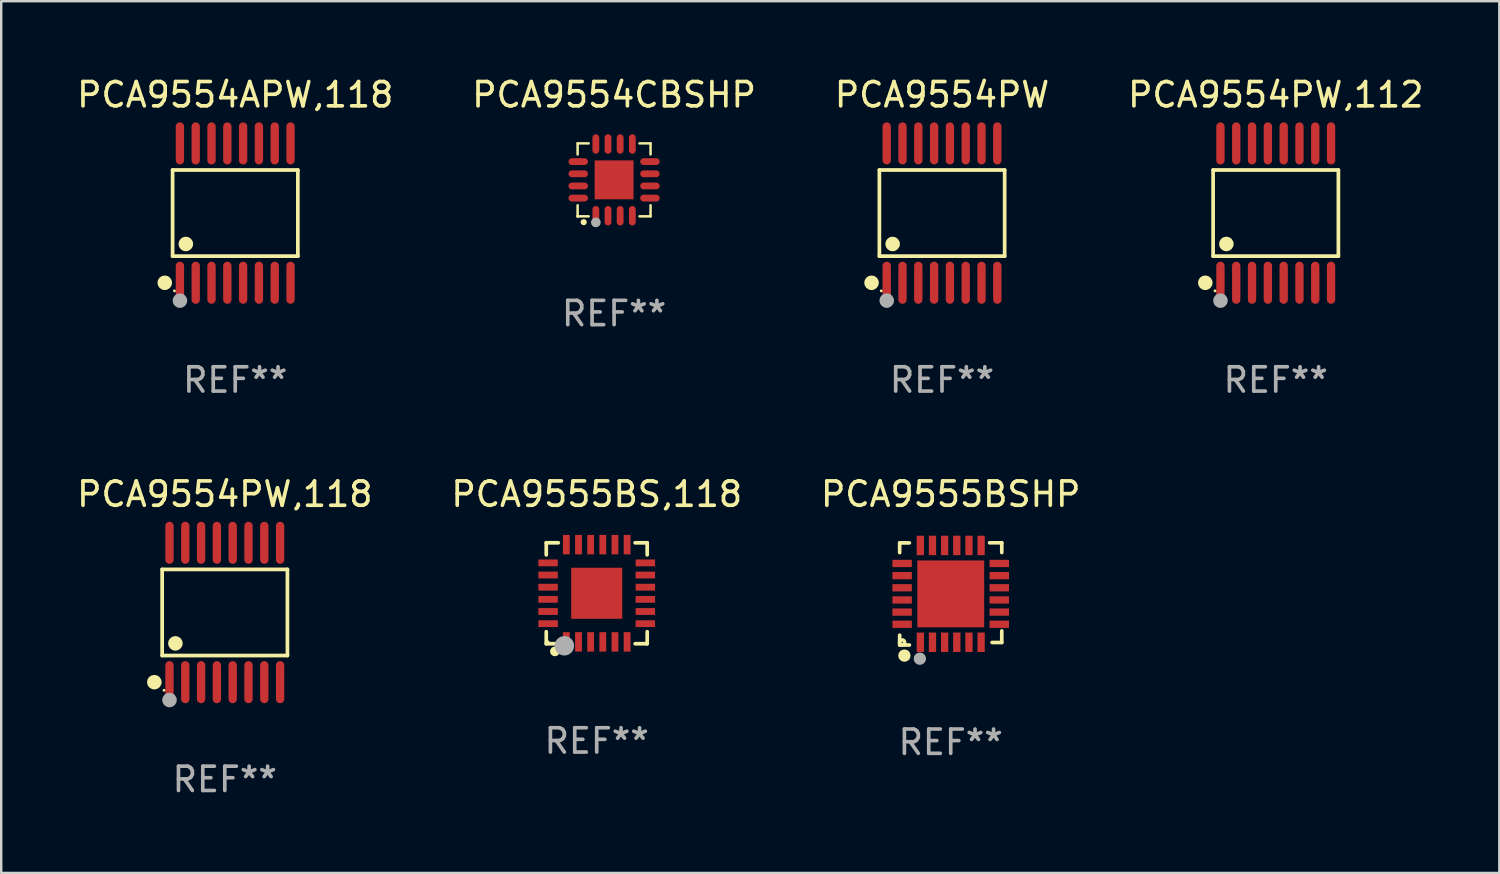
<source format=kicad_pcb>
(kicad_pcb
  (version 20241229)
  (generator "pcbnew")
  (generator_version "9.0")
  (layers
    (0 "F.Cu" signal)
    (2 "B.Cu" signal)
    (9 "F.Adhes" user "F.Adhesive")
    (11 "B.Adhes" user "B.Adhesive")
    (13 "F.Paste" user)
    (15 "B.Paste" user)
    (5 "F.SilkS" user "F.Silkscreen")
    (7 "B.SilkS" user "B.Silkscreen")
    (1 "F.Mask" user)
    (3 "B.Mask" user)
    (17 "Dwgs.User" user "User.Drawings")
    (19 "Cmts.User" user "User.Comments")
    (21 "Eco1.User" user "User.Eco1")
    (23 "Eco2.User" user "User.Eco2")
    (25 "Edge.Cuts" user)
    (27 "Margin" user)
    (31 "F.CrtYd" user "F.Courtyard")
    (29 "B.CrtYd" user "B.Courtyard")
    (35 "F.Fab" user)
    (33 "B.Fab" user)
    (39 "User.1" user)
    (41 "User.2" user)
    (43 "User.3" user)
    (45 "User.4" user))
  (footprint "PCA9555BSHP"
    (layer "F.Cu")
    (at 36.054 21.378)
    (property "Reference" "PCA9555BSHP" (at 0 -4.102 0) (layer "F.SilkS") (effects (font (size 1 1) (thickness 0.15))))
    (attr through_hole)
    (fp_line (start -2.1 -2.098) (end -1.7 -2.098) (stroke (width 0.15) (type solid)) (layer "F.SilkS"))
    (fp_line (start -2.1 -1.698) (end -2.1 -2.098) (stroke (width 0.15) (type solid)) (layer "F.SilkS"))
    (fp_line (start -2.1 2.102) (end -2.1 1.698) (stroke (width 0.15) (type solid)) (layer "F.SilkS"))
    (fp_line (start -1.7 2.102) (end -2.1 2.102) (stroke (width 0.15) (type solid)) (layer "F.SilkS"))
    (fp_line (start 1.6 -2.102) (end 2.1 -2.102) (stroke (width 0.15) (type solid)) (layer "F.SilkS"))
    (fp_line (start 1.7 1.998) (end 2.1 1.998) (stroke (width 0.15) (type solid)) (layer "F.SilkS"))
    (fp_line (start 2.1 -2.102) (end 2.1 -1.702) (stroke (width 0.15) (type solid)) (layer "F.SilkS"))
    (fp_line (start 2.1 1.998) (end 2.1 1.522) (stroke (width 0.15) (type solid)) (layer "F.SilkS"))
    (fp_circle (center -2 1.998) (end -1.97 1.998) (stroke (width 0.15) (type solid)) (fill no) (layer "F.SilkS"))
    (fp_circle (center -1.905 2.538) (end -1.778 2.538) (stroke (width 0.254) (type solid)) (fill no) (layer "F.SilkS"))
    (fp_circle (center -1.27 2.665) (end -1.143 2.665) (stroke (width 0.254) (type solid)) (fill no) (layer "F.Fab"))
    (fp_text user "REF**" (at 0 6.102 0) (layer "F.Fab") (effects (font (size 1 1) (thickness 0.15))))
    (pad "1" smd rect (at -1.25 1.99 180) (size 0.3 0.8) (layers "F.Cu" "F.Mask" "F.Paste"))
    (pad "2" smd rect (at -0.75 1.989 180) (size 0.3 0.8) (layers "F.Cu" "F.Mask" "F.Paste"))
    (pad "3" smd rect (at -0.25 1.989 180) (size 0.3 0.8) (layers "F.Cu" "F.Mask" "F.Paste"))
    (pad "4" smd rect (at 0.25 1.989 180) (size 0.3 0.8) (layers "F.Cu" "F.Mask" "F.Paste"))
    (pad "5" smd rect (at 0.75 1.989 180) (size 0.3 0.8) (layers "F.Cu" "F.Mask" "F.Paste"))
    (pad "6" smd rect (at 1.25 1.989 180) (size 0.3 0.8) (layers "F.Cu" "F.Mask" "F.Paste"))
    (pad "7" smd rect (at 1.998 1.248 270) (size 0.3 0.8) (layers "F.Cu" "F.Mask" "F.Paste"))
    (pad "8" smd rect (at 1.998 0.748 270) (size 0.3 0.8) (layers "F.Cu" "F.Mask" "F.Paste"))
    (pad "9" smd rect (at 1.998 0.248 270) (size 0.3 0.8) (layers "F.Cu" "F.Mask" "F.Paste"))
    (pad "10" smd rect (at 1.998 -0.252 270) (size 0.3 0.8) (layers "F.Cu" "F.Mask" "F.Paste"))
    (pad "11" smd rect (at 1.998 -0.752 270) (size 0.3 0.8) (layers "F.Cu" "F.Mask" "F.Paste"))
    (pad "12" smd rect (at 1.998 -1.252 270) (size 0.3 0.8) (layers "F.Cu" "F.Mask" "F.Paste"))
    (pad "13" smd rect (at 1.25 -1.994) (size 0.3 0.8) (layers "F.Cu" "F.Mask" "F.Paste"))
    (pad "14" smd rect (at 0.75 -1.994) (size 0.3 0.8) (layers "F.Cu" "F.Mask" "F.Paste"))
    (pad "15" smd rect (at 0.25 -1.994) (size 0.3 0.8) (layers "F.Cu" "F.Mask" "F.Paste"))
    (pad "16" smd rect (at -0.25 -1.994) (size 0.3 0.8) (layers "F.Cu" "F.Mask" "F.Paste"))
    (pad "17" smd rect (at -0.75 -1.994) (size 0.3 0.8) (layers "F.Cu" "F.Mask" "F.Paste"))
    (pad "18" smd rect (at -1.25 -1.994) (size 0.3 0.8) (layers "F.Cu" "F.Mask" "F.Paste"))
    (pad "19" smd rect (at -1.998 -1.252 90) (size 0.3 0.8) (layers "F.Cu" "F.Mask" "F.Paste"))
    (pad "20" smd rect (at -1.998 -0.752 90) (size 0.3 0.8) (layers "F.Cu" "F.Mask" "F.Paste"))
    (pad "21" smd rect (at -1.998 -0.252 90) (size 0.3 0.8) (layers "F.Cu" "F.Mask" "F.Paste"))
    (pad "22" smd rect (at -1.998 0.248 90) (size 0.3 0.8) (layers "F.Cu" "F.Mask" "F.Paste"))
    (pad "23" smd rect (at -1.998 0.748 90) (size 0.3 0.8) (layers "F.Cu" "F.Mask" "F.Paste"))
    (pad "24" smd rect (at -1.998 1.248 90) (size 0.3 0.8) (layers "F.Cu" "F.Mask" "F.Paste"))
    (pad "25" smd rect (at 0.001 -0.001 90) (size 2.75 2.75) (layers "F.Cu" "F.Mask" "F.Paste")))
  (footprint "PCA9554CBSHP"
    (layer "F.Cu")
    (at 22.208 4.348)
    (property "Reference" "PCA9554CBSHP" (at 0 -3.5 0) (layer "F.SilkS") (effects (font (size 1 1) (thickness 0.15))))
    (attr through_hole)
    (fp_line (start -1.5 -1.5) (end -1.5 -1.044) (stroke (width 0.102) (type solid)) (layer "F.SilkS"))
    (fp_line (start -1.5 -1.5) (end -1.044 -1.5) (stroke (width 0.102) (type solid)) (layer "F.SilkS"))
    (fp_line (start -1.5 1.044) (end -1.5 1.5) (stroke (width 0.102) (type solid)) (layer "F.SilkS"))
    (fp_line (start -1.5 1.5) (end -1.044 1.5) (stroke (width 0.102) (type solid)) (layer "F.SilkS"))
    (fp_line (start 1.044 -1.5) (end 1.5 -1.5) (stroke (width 0.102) (type solid)) (layer "F.SilkS"))
    (fp_line (start 1.044 1.5) (end 1.5 1.5) (stroke (width 0.102) (type solid)) (layer "F.SilkS"))
    (fp_line (start 1.5 -1.044) (end 1.5 -1.5) (stroke (width 0.102) (type solid)) (layer "F.SilkS"))
    (fp_line (start 1.5 1.5) (end 1.5 1.044) (stroke (width 0.102) (type solid)) (layer "F.SilkS"))
    (fp_arc (start -1.251257 1.740056) (mid -1.249987 1.739985) (end -1.248717 1.740056) (stroke (width 0.25) (type solid)) (layer "F.SilkS"))
    (fp_circle (center -1.5 1.5) (end -1.47 1.5) (stroke (width 0.06) (type solid)) (fill no) (layer "F.SilkS"))
    (fp_circle (center -0.75 1.75) (end -0.65 1.75) (stroke (width 0.2) (type solid)) (fill no) (layer "F.Fab"))
    (fp_text user "REF**" (at 0 5.5 0) (layer "F.Fab") (effects (font (size 1 1) (thickness 0.15))))
    (pad "1" smd oval (at -0.75 1.475 180) (size 0.28 0.8) (layers "F.Cu" "F.Mask" "F.Paste"))
    (pad "2" smd oval (at -0.25 1.475 180) (size 0.28 0.8) (layers "F.Cu" "F.Mask" "F.Paste"))
    (pad "3" smd oval (at 0.25 1.475 180) (size 0.28 0.8) (layers "F.Cu" "F.Mask" "F.Paste"))
    (pad "4" smd oval (at 0.75 1.475 180) (size 0.28 0.8) (layers "F.Cu" "F.Mask" "F.Paste"))
    (pad "5" smd oval (at 1.475 0.75 90) (size 0.28 0.8) (layers "F.Cu" "F.Mask" "F.Paste"))
    (pad "6" smd oval (at 1.475 0.25 90) (size 0.28 0.8) (layers "F.Cu" "F.Mask" "F.Paste"))
    (pad "7" smd oval (at 1.475 -0.25 90) (size 0.28 0.8) (layers "F.Cu" "F.Mask" "F.Paste"))
    (pad "8" smd oval (at 1.475 -0.75 90) (size 0.28 0.8) (layers "F.Cu" "F.Mask" "F.Paste"))
    (pad "9" smd oval (at 0.75 -1.475 180) (size 0.28 0.8) (layers "F.Cu" "F.Mask" "F.Paste"))
    (pad "10" smd oval (at 0.25 -1.475 180) (size 0.28 0.8) (layers "F.Cu" "F.Mask" "F.Paste"))
    (pad "11" smd oval (at -0.25 -1.475 180) (size 0.28 0.8) (layers "F.Cu" "F.Mask" "F.Paste"))
    (pad "12" smd oval (at -0.75 -1.475 180) (size 0.28 0.8) (layers "F.Cu" "F.Mask" "F.Paste"))
    (pad "13" smd oval (at -1.475 -0.75 90) (size 0.28 0.8) (layers "F.Cu" "F.Mask" "F.Paste"))
    (pad "14" smd oval (at -1.475 -0.25 90) (size 0.28 0.8) (layers "F.Cu" "F.Mask" "F.Paste"))
    (pad "15" smd oval (at -1.475 0.25 90) (size 0.28 0.8) (layers "F.Cu" "F.Mask" "F.Paste"))
    (pad "16" smd oval (at -1.475 0.75 90) (size 0.28 0.8) (layers "F.Cu" "F.Mask" "F.Paste"))
    (pad "17" smd rect (at 0.000127 0.000178) (size 1.6 1.6) (layers "F.Cu" "F.Mask" "F.Paste")))
  (footprint "PCA9554PW"
    (layer "F.Cu")
    (at 35.696 5.714)
    (property "Reference" "PCA9554PW" (at 0 -4.866 0) (layer "F.SilkS") (effects (font (size 1 1) (thickness 0.15))))
    (attr through_hole)
    (fp_line (start -2.576 -1.772) (end 2.576 -1.772) (stroke (width 0.152) (type solid)) (layer "F.SilkS"))
    (fp_line (start -2.576 1.771) (end -2.576 -1.772) (stroke (width 0.152) (type solid)) (layer "F.SilkS"))
    (fp_line (start 2.576 -1.772) (end 2.576 1.771) (stroke (width 0.152) (type solid)) (layer "F.SilkS"))
    (fp_line (start 2.576 1.771) (end -2.576 1.771) (stroke (width 0.152) (type solid)) (layer "F.SilkS"))
    (fp_circle (center -2.899 2.866) (end -2.749 2.866) (stroke (width 0.3) (type solid)) (fill no) (layer "F.SilkS"))
    (fp_circle (center -2.5 3.2) (end -2.47 3.2) (stroke (width 0.06) (type solid)) (fill no) (layer "F.SilkS"))
    (fp_circle (center -2.032 1.27) (end -1.882 1.27) (stroke (width 0.3) (type solid)) (fill no) (layer "F.SilkS"))
    (fp_circle (center -2.275 3.6) (end -2.125 3.6) (stroke (width 0.3) (type solid)) (fill no) (layer "F.Fab"))
    (fp_text user "REF**" (at 0 6.866 0) (layer "F.Fab") (effects (font (size 1 1) (thickness 0.15))))
    (pad "1" smd oval (at -2.275 2.866) (size 0.343 1.731) (layers "F.Cu" "F.Mask" "F.Paste"))
    (pad "2" smd oval (at -1.625 2.866) (size 0.343 1.731) (layers "F.Cu" "F.Mask" "F.Paste"))
    (pad "3" smd oval (at -0.975 2.866) (size 0.343 1.731) (layers "F.Cu" "F.Mask" "F.Paste"))
    (pad "4" smd oval (at -0.325 2.866) (size 0.343 1.731) (layers "F.Cu" "F.Mask" "F.Paste"))
    (pad "5" smd oval (at 0.325 2.866) (size 0.343 1.731) (layers "F.Cu" "F.Mask" "F.Paste"))
    (pad "6" smd oval (at 0.975 2.866) (size 0.343 1.731) (layers "F.Cu" "F.Mask" "F.Paste"))
    (pad "7" smd oval (at 1.625 2.866) (size 0.343 1.731) (layers "F.Cu" "F.Mask" "F.Paste"))
    (pad "8" smd oval (at 2.275 2.866) (size 0.343 1.731) (layers "F.Cu" "F.Mask" "F.Paste"))
    (pad "9" smd oval (at 2.275 -2.866) (size 0.343 1.731) (layers "F.Cu" "F.Mask" "F.Paste"))
    (pad "10" smd oval (at 1.625 -2.866) (size 0.343 1.731) (layers "F.Cu" "F.Mask" "F.Paste"))
    (pad "11" smd oval (at 0.975 -2.866) (size 0.343 1.731) (layers "F.Cu" "F.Mask" "F.Paste"))
    (pad "12" smd oval (at 0.325 -2.866) (size 0.343 1.731) (layers "F.Cu" "F.Mask" "F.Paste"))
    (pad "13" smd oval (at -0.325 -2.866) (size 0.343 1.731) (layers "F.Cu" "F.Mask" "F.Paste"))
    (pad "14" smd oval (at -0.975 -2.866) (size 0.343 1.731) (layers "F.Cu" "F.Mask" "F.Paste"))
    (pad "15" smd oval (at -1.625 -2.866) (size 0.343 1.731) (layers "F.Cu" "F.Mask" "F.Paste"))
    (pad "16" smd oval (at -2.275 -2.866) (size 0.343 1.731) (layers "F.Cu" "F.Mask" "F.Paste")))
  (footprint "PCA9554PW,118"
    (layer "F.Cu")
    (at 6.196 22.142)
    (property "Reference" "PCA9554PW,118" (at 0 -4.866 0) (layer "F.SilkS") (effects (font (size 1 1) (thickness 0.15))))
    (attr through_hole)
    (fp_line (start -2.576 -1.772) (end 2.576 -1.772) (stroke (width 0.152) (type solid)) (layer "F.SilkS"))
    (fp_line (start -2.576 1.771) (end -2.576 -1.772) (stroke (width 0.152) (type solid)) (layer "F.SilkS"))
    (fp_line (start 2.576 -1.772) (end 2.576 1.771) (stroke (width 0.152) (type solid)) (layer "F.SilkS"))
    (fp_line (start 2.576 1.771) (end -2.576 1.771) (stroke (width 0.152) (type solid)) (layer "F.SilkS"))
    (fp_circle (center -2.899 2.866) (end -2.749 2.866) (stroke (width 0.3) (type solid)) (fill no) (layer "F.SilkS"))
    (fp_circle (center -2.5 3.2) (end -2.47 3.2) (stroke (width 0.06) (type solid)) (fill no) (layer "F.SilkS"))
    (fp_circle (center -2.032 1.27) (end -1.882 1.27) (stroke (width 0.3) (type solid)) (fill no) (layer "F.SilkS"))
    (fp_circle (center -2.275 3.6) (end -2.125 3.6) (stroke (width 0.3) (type solid)) (fill no) (layer "F.Fab"))
    (fp_text user "REF**" (at 0 6.866 0) (layer "F.Fab") (effects (font (size 1 1) (thickness 0.15))))
    (pad "1" smd oval (at -2.275 2.866) (size 0.343 1.731) (layers "F.Cu" "F.Mask" "F.Paste"))
    (pad "2" smd oval (at -1.625 2.866) (size 0.343 1.731) (layers "F.Cu" "F.Mask" "F.Paste"))
    (pad "3" smd oval (at -0.975 2.866) (size 0.343 1.731) (layers "F.Cu" "F.Mask" "F.Paste"))
    (pad "4" smd oval (at -0.325 2.866) (size 0.343 1.731) (layers "F.Cu" "F.Mask" "F.Paste"))
    (pad "5" smd oval (at 0.325 2.866) (size 0.343 1.731) (layers "F.Cu" "F.Mask" "F.Paste"))
    (pad "6" smd oval (at 0.975 2.866) (size 0.343 1.731) (layers "F.Cu" "F.Mask" "F.Paste"))
    (pad "7" smd oval (at 1.625 2.866) (size 0.343 1.731) (layers "F.Cu" "F.Mask" "F.Paste"))
    (pad "8" smd oval (at 2.275 2.866) (size 0.343 1.731) (layers "F.Cu" "F.Mask" "F.Paste"))
    (pad "9" smd oval (at 2.275 -2.866) (size 0.343 1.731) (layers "F.Cu" "F.Mask" "F.Paste"))
    (pad "10" smd oval (at 1.625 -2.866) (size 0.343 1.731) (layers "F.Cu" "F.Mask" "F.Paste"))
    (pad "11" smd oval (at 0.975 -2.866) (size 0.343 1.731) (layers "F.Cu" "F.Mask" "F.Paste"))
    (pad "12" smd oval (at 0.325 -2.866) (size 0.343 1.731) (layers "F.Cu" "F.Mask" "F.Paste"))
    (pad "13" smd oval (at -0.325 -2.866) (size 0.343 1.731) (layers "F.Cu" "F.Mask" "F.Paste"))
    (pad "14" smd oval (at -0.975 -2.866) (size 0.343 1.731) (layers "F.Cu" "F.Mask" "F.Paste"))
    (pad "15" smd oval (at -1.625 -2.866) (size 0.343 1.731) (layers "F.Cu" "F.Mask" "F.Paste"))
    (pad "16" smd oval (at -2.275 -2.866) (size 0.343 1.731) (layers "F.Cu" "F.Mask" "F.Paste")))
  (footprint "PCA9554APW,118"
    (layer "F.Cu")
    (at 6.625 5.714)
    (property "Reference" "PCA9554APW,118" (at 0 -4.866 0) (layer "F.SilkS") (effects (font (size 1 1) (thickness 0.15))))
    (attr through_hole)
    (fp_line (start -2.576 -1.772) (end 2.576 -1.772) (stroke (width 0.152) (type solid)) (layer "F.SilkS"))
    (fp_line (start -2.576 1.771) (end -2.576 -1.772) (stroke (width 0.152) (type solid)) (layer "F.SilkS"))
    (fp_line (start 2.576 -1.772) (end 2.576 1.771) (stroke (width 0.152) (type solid)) (layer "F.SilkS"))
    (fp_line (start 2.576 1.771) (end -2.576 1.771) (stroke (width 0.152) (type solid)) (layer "F.SilkS"))
    (fp_circle (center -2.899 2.866) (end -2.749 2.866) (stroke (width 0.3) (type solid)) (fill no) (layer "F.SilkS"))
    (fp_circle (center -2.5 3.2) (end -2.47 3.2) (stroke (width 0.06) (type solid)) (fill no) (layer "F.SilkS"))
    (fp_circle (center -2.032 1.27) (end -1.882 1.27) (stroke (width 0.3) (type solid)) (fill no) (layer "F.SilkS"))
    (fp_circle (center -2.275 3.6) (end -2.125 3.6) (stroke (width 0.3) (type solid)) (fill no) (layer "F.Fab"))
    (fp_text user "REF**" (at 0 6.866 0) (layer "F.Fab") (effects (font (size 1 1) (thickness 0.15))))
    (pad "1" smd oval (at -2.275 2.866) (size 0.343 1.731) (layers "F.Cu" "F.Mask" "F.Paste"))
    (pad "2" smd oval (at -1.625 2.866) (size 0.343 1.731) (layers "F.Cu" "F.Mask" "F.Paste"))
    (pad "3" smd oval (at -0.975 2.866) (size 0.343 1.731) (layers "F.Cu" "F.Mask" "F.Paste"))
    (pad "4" smd oval (at -0.325 2.866) (size 0.343 1.731) (layers "F.Cu" "F.Mask" "F.Paste"))
    (pad "5" smd oval (at 0.325 2.866) (size 0.343 1.731) (layers "F.Cu" "F.Mask" "F.Paste"))
    (pad "6" smd oval (at 0.975 2.866) (size 0.343 1.731) (layers "F.Cu" "F.Mask" "F.Paste"))
    (pad "7" smd oval (at 1.625 2.866) (size 0.343 1.731) (layers "F.Cu" "F.Mask" "F.Paste"))
    (pad "8" smd oval (at 2.275 2.866) (size 0.343 1.731) (layers "F.Cu" "F.Mask" "F.Paste"))
    (pad "9" smd oval (at 2.275 -2.866) (size 0.343 1.731) (layers "F.Cu" "F.Mask" "F.Paste"))
    (pad "10" smd oval (at 1.625 -2.866) (size 0.343 1.731) (layers "F.Cu" "F.Mask" "F.Paste"))
    (pad "11" smd oval (at 0.975 -2.866) (size 0.343 1.731) (layers "F.Cu" "F.Mask" "F.Paste"))
    (pad "12" smd oval (at 0.325 -2.866) (size 0.343 1.731) (layers "F.Cu" "F.Mask" "F.Paste"))
    (pad "13" smd oval (at -0.325 -2.866) (size 0.343 1.731) (layers "F.Cu" "F.Mask" "F.Paste"))
    (pad "14" smd oval (at -0.975 -2.866) (size 0.343 1.731) (layers "F.Cu" "F.Mask" "F.Paste"))
    (pad "15" smd oval (at -1.625 -2.866) (size 0.343 1.731) (layers "F.Cu" "F.Mask" "F.Paste"))
    (pad "16" smd oval (at -2.275 -2.866) (size 0.343 1.731) (layers "F.Cu" "F.Mask" "F.Paste")))
  (footprint "PCA9554PW,112"
    (layer "F.Cu")
    (at 49.423 5.714)
    (property "Reference" "PCA9554PW,112" (at 0 -4.866 0) (layer "F.SilkS") (effects (font (size 1 1) (thickness 0.15))))
    (attr through_hole)
    (fp_line (start -2.576 -1.772) (end 2.576 -1.772) (stroke (width 0.152) (type solid)) (layer "F.SilkS"))
    (fp_line (start -2.576 1.771) (end -2.576 -1.772) (stroke (width 0.152) (type solid)) (layer "F.SilkS"))
    (fp_line (start 2.576 -1.772) (end 2.576 1.771) (stroke (width 0.152) (type solid)) (layer "F.SilkS"))
    (fp_line (start 2.576 1.771) (end -2.576 1.771) (stroke (width 0.152) (type solid)) (layer "F.SilkS"))
    (fp_circle (center -2.899 2.866) (end -2.749 2.866) (stroke (width 0.3) (type solid)) (fill no) (layer "F.SilkS"))
    (fp_circle (center -2.5 3.2) (end -2.47 3.2) (stroke (width 0.06) (type solid)) (fill no) (layer "F.SilkS"))
    (fp_circle (center -2.032 1.27) (end -1.882 1.27) (stroke (width 0.3) (type solid)) (fill no) (layer "F.SilkS"))
    (fp_circle (center -2.275 3.6) (end -2.125 3.6) (stroke (width 0.3) (type solid)) (fill no) (layer "F.Fab"))
    (fp_text user "REF**" (at 0 6.866 0) (layer "F.Fab") (effects (font (size 1 1) (thickness 0.15))))
    (pad "1" smd oval (at -2.275 2.866) (size 0.343 1.731) (layers "F.Cu" "F.Mask" "F.Paste"))
    (pad "2" smd oval (at -1.625 2.866) (size 0.343 1.731) (layers "F.Cu" "F.Mask" "F.Paste"))
    (pad "3" smd oval (at -0.975 2.866) (size 0.343 1.731) (layers "F.Cu" "F.Mask" "F.Paste"))
    (pad "4" smd oval (at -0.325 2.866) (size 0.343 1.731) (layers "F.Cu" "F.Mask" "F.Paste"))
    (pad "5" smd oval (at 0.325 2.866) (size 0.343 1.731) (layers "F.Cu" "F.Mask" "F.Paste"))
    (pad "6" smd oval (at 0.975 2.866) (size 0.343 1.731) (layers "F.Cu" "F.Mask" "F.Paste"))
    (pad "7" smd oval (at 1.625 2.866) (size 0.343 1.731) (layers "F.Cu" "F.Mask" "F.Paste"))
    (pad "8" smd oval (at 2.275 2.866) (size 0.343 1.731) (layers "F.Cu" "F.Mask" "F.Paste"))
    (pad "9" smd oval (at 2.275 -2.866) (size 0.343 1.731) (layers "F.Cu" "F.Mask" "F.Paste"))
    (pad "10" smd oval (at 1.625 -2.866) (size 0.343 1.731) (layers "F.Cu" "F.Mask" "F.Paste"))
    (pad "11" smd oval (at 0.975 -2.866) (size 0.343 1.731) (layers "F.Cu" "F.Mask" "F.Paste"))
    (pad "12" smd oval (at 0.325 -2.866) (size 0.343 1.731) (layers "F.Cu" "F.Mask" "F.Paste"))
    (pad "13" smd oval (at -0.325 -2.866) (size 0.343 1.731) (layers "F.Cu" "F.Mask" "F.Paste"))
    (pad "14" smd oval (at -0.975 -2.866) (size 0.343 1.731) (layers "F.Cu" "F.Mask" "F.Paste"))
    (pad "15" smd oval (at -1.625 -2.866) (size 0.343 1.731) (layers "F.Cu" "F.Mask" "F.Paste"))
    (pad "16" smd oval (at -2.275 -2.866) (size 0.343 1.731) (layers "F.Cu" "F.Mask" "F.Paste")))
  (footprint "PCA9555BS,118"
    (layer "F.Cu")
    (at 21.494 21.352)
    (property "Reference" "PCA9555BS,118" (at 0 -4.076 0) (layer "F.SilkS") (effects (font (size 1 1) (thickness 0.15))))
    (attr through_hole)
    (fp_line (start -2.076 -2.076) (end -1.58 -2.076) (stroke (width 0.152) (type solid)) (layer "F.SilkS"))
    (fp_line (start -2.076 -1.58) (end -2.076 -2.076) (stroke (width 0.152) (type solid)) (layer "F.SilkS"))
    (fp_line (start -2.076 1.58) (end -2.076 2.076) (stroke (width 0.152) (type solid)) (layer "F.SilkS"))
    (fp_line (start -2.076 2.076) (end -1.58 2.076) (stroke (width 0.152) (type solid)) (layer "F.SilkS"))
    (fp_line (start 2.076 -2.076) (end 1.58 -2.076) (stroke (width 0.152) (type solid)) (layer "F.SilkS"))
    (fp_line (start 2.076 -1.58) (end 2.076 -2.076) (stroke (width 0.152) (type solid)) (layer "F.SilkS"))
    (fp_line (start 2.076 1.58) (end 2.076 2.076) (stroke (width 0.152) (type solid)) (layer "F.SilkS"))
    (fp_line (start 2.076 2.076) (end 1.58 2.076) (stroke (width 0.152) (type solid)) (layer "F.SilkS"))
    (fp_circle (center -2 2) (end -1.97 2) (stroke (width 0.06) (type solid)) (fill no) (layer "F.SilkS"))
    (fp_circle (center -1.72 2.39) (end -1.62 2.39) (stroke (width 0.2) (type solid)) (fill no) (layer "F.SilkS"))
    (fp_circle (center -1.33 2.16) (end -1.13 2.16) (stroke (width 0.4) (type solid)) (fill no) (layer "F.Fab"))
    (fp_text user "REF**" (at 0 6.076 0) (layer "F.Fab") (effects (font (size 1 1) (thickness 0.15))))
    (pad "1" smd rect (at -1.25 2) (size 0.28 0.8) (layers "F.Cu" "F.Mask" "F.Paste"))
    (pad "2" smd rect (at -0.75 2) (size 0.28 0.8) (layers "F.Cu" "F.Mask" "F.Paste"))
    (pad "3" smd rect (at -0.25 2) (size 0.28 0.8) (layers "F.Cu" "F.Mask" "F.Paste"))
    (pad "4" smd rect (at 0.25 2) (size 0.28 0.8) (layers "F.Cu" "F.Mask" "F.Paste"))
    (pad "5" smd rect (at 0.75 2) (size 0.28 0.8) (layers "F.Cu" "F.Mask" "F.Paste"))
    (pad "6" smd rect (at 1.25 2) (size 0.28 0.8) (layers "F.Cu" "F.Mask" "F.Paste"))
    (pad "7" smd rect (at 2 1.25) (size 0.8 0.28) (layers "F.Cu" "F.Mask" "F.Paste"))
    (pad "8" smd rect (at 2 0.75) (size 0.8 0.28) (layers "F.Cu" "F.Mask" "F.Paste"))
    (pad "9" smd rect (at 2 0.25) (size 0.8 0.28) (layers "F.Cu" "F.Mask" "F.Paste"))
    (pad "10" smd rect (at 2 -0.25) (size 0.8 0.28) (layers "F.Cu" "F.Mask" "F.Paste"))
    (pad "11" smd rect (at 2 -0.75) (size 0.8 0.28) (layers "F.Cu" "F.Mask" "F.Paste"))
    (pad "12" smd rect (at 2 -1.25) (size 0.8 0.28) (layers "F.Cu" "F.Mask" "F.Paste"))
    (pad "13" smd rect (at 1.25 -2) (size 0.28 0.8) (layers "F.Cu" "F.Mask" "F.Paste"))
    (pad "14" smd rect (at 0.75 -2) (size 0.28 0.8) (layers "F.Cu" "F.Mask" "F.Paste"))
    (pad "15" smd rect (at 0.25 -2) (size 0.28 0.8) (layers "F.Cu" "F.Mask" "F.Paste"))
    (pad "16" smd rect (at -0.25 -2) (size 0.28 0.8) (layers "F.Cu" "F.Mask" "F.Paste"))
    (pad "17" smd rect (at -0.75 -2) (size 0.28 0.8) (layers "F.Cu" "F.Mask" "F.Paste"))
    (pad "18" smd rect (at -1.25 -2) (size 0.28 0.8) (layers "F.Cu" "F.Mask" "F.Paste"))
    (pad "19" smd rect (at -2 -1.25) (size 0.8 0.28) (layers "F.Cu" "F.Mask" "F.Paste"))
    (pad "20" smd rect (at -2 -0.75) (size 0.8 0.28) (layers "F.Cu" "F.Mask" "F.Paste"))
    (pad "21" smd rect (at -2 -0.25) (size 0.8 0.28) (layers "F.Cu" "F.Mask" "F.Paste"))
    (pad "22" smd rect (at -2 0.25) (size 0.8 0.28) (layers "F.Cu" "F.Mask" "F.Paste"))
    (pad "23" smd rect (at -2 0.75) (size 0.8 0.28) (layers "F.Cu" "F.Mask" "F.Paste"))
    (pad "24" smd rect (at -2 1.25) (size 0.8 0.28) (layers "F.Cu" "F.Mask" "F.Paste"))
    (pad "25" smd rect (at 0 0) (size 2.1 2.1) (layers "F.Cu" "F.Mask" "F.Paste")))
  (gr_rect
    (start -3 -3)
    (end 58.619 32.856)
    (stroke (width 0.1) (type default))
    (fill no)
    (layer "Edge.Cuts")))
</source>
